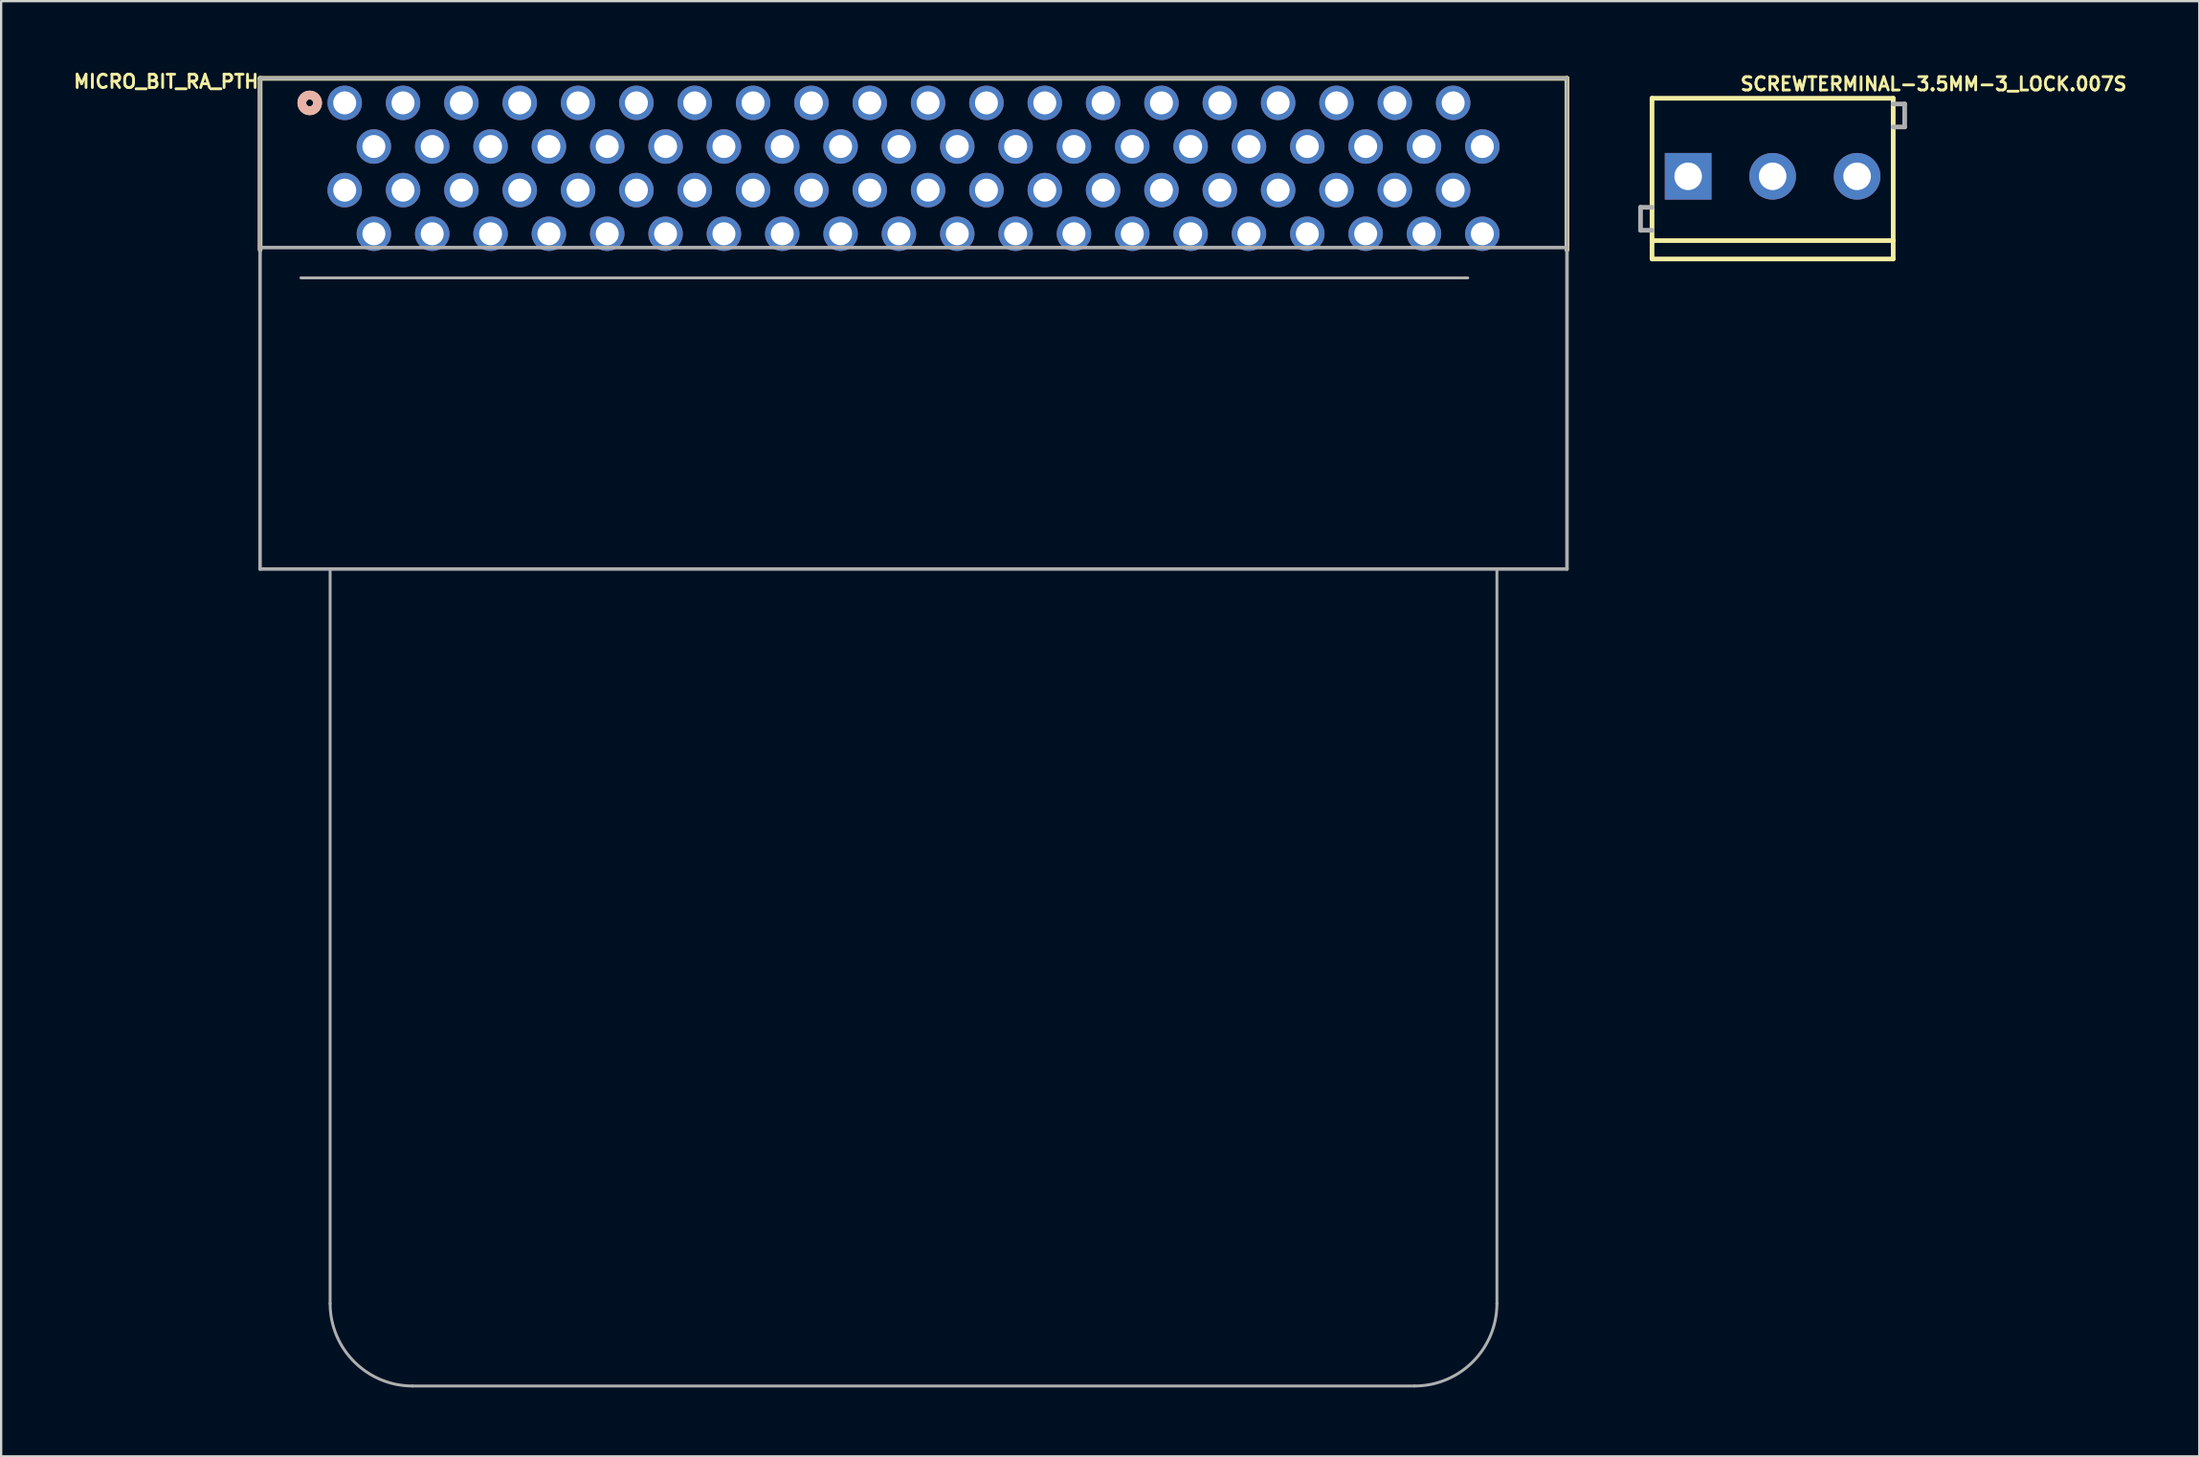
<source format=kicad_pcb>
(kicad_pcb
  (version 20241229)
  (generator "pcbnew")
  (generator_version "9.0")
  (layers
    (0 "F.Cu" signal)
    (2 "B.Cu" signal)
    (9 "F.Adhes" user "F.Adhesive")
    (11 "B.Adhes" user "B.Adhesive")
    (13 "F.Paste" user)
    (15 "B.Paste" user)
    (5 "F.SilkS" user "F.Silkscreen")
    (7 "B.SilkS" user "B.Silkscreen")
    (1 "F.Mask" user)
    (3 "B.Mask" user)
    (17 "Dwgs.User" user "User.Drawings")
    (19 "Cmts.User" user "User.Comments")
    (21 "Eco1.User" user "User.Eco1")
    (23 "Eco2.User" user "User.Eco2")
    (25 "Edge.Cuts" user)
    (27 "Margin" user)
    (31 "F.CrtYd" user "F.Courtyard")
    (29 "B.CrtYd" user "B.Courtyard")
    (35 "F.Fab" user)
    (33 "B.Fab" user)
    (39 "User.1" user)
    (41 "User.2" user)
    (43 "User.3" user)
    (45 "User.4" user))
  (footprint "MICRO_BIT_RA_PTH"
    (layer "F.Cu")
    (at 36.723 9.051)
    (property "Reference" "MICRO_BIT_RA_PTH" (at -28.448 -8.89 0) (layer "F.SilkS") (effects (font (size 0.579 0.579) (thickness 0.122)) (justify right top)))
    (attr through_hole)
    (fp_line (start -28.45 -8.69) (end -28.45 -1.22) (stroke (width 0.203) (type solid)) (layer "F.SilkS"))
    (fp_line (start -28.45 -8.69) (end 28.45 -8.69) (stroke (width 0.203) (type solid)) (layer "F.SilkS"))
    (fp_line (start 28.45 -8.69) (end 28.45 -1.22) (stroke (width 0.203) (type solid)) (layer "F.SilkS"))
    (fp_circle (center -26.289 -7.62) (end -26.137 -7.62) (stroke (width 0.381) (type solid)) (fill no) (layer "F.SilkS"))
    (fp_circle (center -26.289 -7.62) (end -26.137 -7.62) (stroke (width 0.381) (type solid)) (fill no) (layer "B.SilkS"))
    (fp_line (start -28.45 -8.69) (end -28.45 -1.32) (stroke (width 0.152) (type solid)) (layer "F.Fab"))
    (fp_line (start -28.45 -8.69) (end 28.45 -8.69) (stroke (width 0.152) (type solid)) (layer "F.Fab"))
    (fp_line (start -28.45 -1.32) (end -28.45 12.68) (stroke (width 0.152) (type solid)) (layer "F.Fab"))
    (fp_line (start -28.45 -1.32) (end 28.45 -1.32) (stroke (width 0.152) (type solid)) (layer "F.Fab"))
    (fp_line (start -28.45 12.68) (end 28.45 12.68) (stroke (width 0.152) (type solid)) (layer "F.Fab"))
    (fp_line (start -26.67 0) (end 24.13 0) (stroke (width 0.127) (type solid)) (layer "F.Fab"))
    (fp_line (start -25.4 12.7) (end -25.4 44.668) (stroke (width 0.127) (type solid)) (layer "F.Fab"))
    (fp_line (start -21.808 48.26) (end 21.808 48.26) (stroke (width 0.127) (type solid)) (layer "F.Fab"))
    (fp_line (start 25.4 44.668) (end 25.4 12.7) (stroke (width 0.127) (type solid)) (layer "F.Fab"))
    (fp_line (start 28.45 -8.69) (end 28.45 -1.32) (stroke (width 0.152) (type solid)) (layer "F.Fab"))
    (fp_line (start 28.45 -1.32) (end 28.45 12.68) (stroke (width 0.152) (type solid)) (layer "F.Fab"))
    (fp_arc (start -21.8079 48.26) (mid -24.347898 47.207898) (end -25.4 44.6679) (stroke (width 0.127) (type solid)) (layer "F.Fab"))
    (fp_arc (start 25.4 44.6679) (mid 24.347898 47.207898) (end 21.8079 48.26) (stroke (width 0.127) (type solid)) (layer "F.Fab"))
    (pad "A1" thru_hole circle (at -24.765 -7.62) (size 1.5 1.5) (drill 1) (layers "*.Cu" "*.Mask"))
    (pad "A2" thru_hole circle (at -23.495 -5.72) (size 1.5 1.5) (drill 1) (layers "*.Cu" "*.Mask"))
    (pad "A3" thru_hole circle (at -22.225 -7.62) (size 1.5 1.5) (drill 1) (layers "*.Cu" "*.Mask"))
    (pad "A4" thru_hole circle (at -20.955 -5.72) (size 1.5 1.5) (drill 1) (layers "*.Cu" "*.Mask"))
    (pad "A5" thru_hole circle (at -19.685 -7.62) (size 1.5 1.5) (drill 1) (layers "*.Cu" "*.Mask"))
    (pad "A6" thru_hole circle (at -18.415 -5.72) (size 1.5 1.5) (drill 1) (layers "*.Cu" "*.Mask"))
    (pad "A7" thru_hole circle (at -17.145 -7.62) (size 1.5 1.5) (drill 1) (layers "*.Cu" "*.Mask"))
    (pad "A8" thru_hole circle (at -15.875 -5.72) (size 1.5 1.5) (drill 1) (layers "*.Cu" "*.Mask"))
    (pad "A9" thru_hole circle (at -14.605 -7.62) (size 1.5 1.5) (drill 1) (layers "*.Cu" "*.Mask"))
    (pad "A10" thru_hole circle (at -13.335 -5.72) (size 1.5 1.5) (drill 1) (layers "*.Cu" "*.Mask"))
    (pad "A11" thru_hole circle (at -12.065 -7.62) (size 1.5 1.5) (drill 1) (layers "*.Cu" "*.Mask"))
    (pad "A12" thru_hole circle (at -10.795 -5.72) (size 1.5 1.5) (drill 1) (layers "*.Cu" "*.Mask"))
    (pad "A13" thru_hole circle (at -9.525 -7.62) (size 1.5 1.5) (drill 1) (layers "*.Cu" "*.Mask"))
    (pad "A14" thru_hole circle (at -8.255 -5.72) (size 1.5 1.5) (drill 1) (layers "*.Cu" "*.Mask"))
    (pad "A15" thru_hole circle (at -6.985 -7.62) (size 1.5 1.5) (drill 1) (layers "*.Cu" "*.Mask"))
    (pad "A16" thru_hole circle (at -5.715 -5.72) (size 1.5 1.5) (drill 1) (layers "*.Cu" "*.Mask"))
    (pad "A17" thru_hole circle (at -4.445 -7.62) (size 1.5 1.5) (drill 1) (layers "*.Cu" "*.Mask"))
    (pad "A18" thru_hole circle (at -3.175 -5.72) (size 1.5 1.5) (drill 1) (layers "*.Cu" "*.Mask"))
    (pad "A19" thru_hole circle (at -1.905 -7.62) (size 1.5 1.5) (drill 1) (layers "*.Cu" "*.Mask"))
    (pad "A20" thru_hole circle (at -0.635 -5.72) (size 1.5 1.5) (drill 1) (layers "*.Cu" "*.Mask"))
    (pad "A21" thru_hole circle (at 0.635 -7.62) (size 1.5 1.5) (drill 1) (layers "*.Cu" "*.Mask"))
    (pad "A22" thru_hole circle (at 1.905 -5.72) (size 1.5 1.5) (drill 1) (layers "*.Cu" "*.Mask"))
    (pad "A23" thru_hole circle (at 3.175 -7.62) (size 1.5 1.5) (drill 1) (layers "*.Cu" "*.Mask"))
    (pad "A24" thru_hole circle (at 4.445 -5.72) (size 1.5 1.5) (drill 1) (layers "*.Cu" "*.Mask"))
    (pad "A25" thru_hole circle (at 5.715 -7.62) (size 1.5 1.5) (drill 1) (layers "*.Cu" "*.Mask"))
    (pad "A26" thru_hole circle (at 6.985 -5.72) (size 1.5 1.5) (drill 1) (layers "*.Cu" "*.Mask"))
    (pad "A27" thru_hole circle (at 8.255 -7.62) (size 1.5 1.5) (drill 1) (layers "*.Cu" "*.Mask"))
    (pad "A28" thru_hole circle (at 9.525 -5.72) (size 1.5 1.5) (drill 1) (layers "*.Cu" "*.Mask"))
    (pad "A29" thru_hole circle (at 10.795 -7.62) (size 1.5 1.5) (drill 1) (layers "*.Cu" "*.Mask"))
    (pad "A30" thru_hole circle (at 12.065 -5.72) (size 1.5 1.5) (drill 1) (layers "*.Cu" "*.Mask"))
    (pad "A31" thru_hole circle (at 13.335 -7.62) (size 1.5 1.5) (drill 1) (layers "*.Cu" "*.Mask"))
    (pad "A32" thru_hole circle (at 14.605 -5.72) (size 1.5 1.5) (drill 1) (layers "*.Cu" "*.Mask"))
    (pad "A33" thru_hole circle (at 15.875 -7.62) (size 1.5 1.5) (drill 1) (layers "*.Cu" "*.Mask"))
    (pad "A34" thru_hole circle (at 17.145 -5.72) (size 1.5 1.5) (drill 1) (layers "*.Cu" "*.Mask"))
    (pad "A35" thru_hole circle (at 18.415 -7.62) (size 1.5 1.5) (drill 1) (layers "*.Cu" "*.Mask"))
    (pad "A36" thru_hole circle (at 19.685 -5.72) (size 1.5 1.5) (drill 1) (layers "*.Cu" "*.Mask"))
    (pad "A37" thru_hole circle (at 20.955 -7.62) (size 1.5 1.5) (drill 1) (layers "*.Cu" "*.Mask"))
    (pad "A38" thru_hole circle (at 22.225 -5.72) (size 1.5 1.5) (drill 1) (layers "*.Cu" "*.Mask"))
    (pad "A39" thru_hole circle (at 23.495 -7.62) (size 1.5 1.5) (drill 1) (layers "*.Cu" "*.Mask"))
    (pad "A40" thru_hole circle (at 24.765 -5.72) (size 1.5 1.5) (drill 1) (layers "*.Cu" "*.Mask"))
    (pad "B1" thru_hole circle (at -24.765 -3.82) (size 1.5 1.5) (drill 1) (layers "*.Cu" "*.Mask"))
    (pad "B2" thru_hole circle (at -23.495 -1.92) (size 1.5 1.5) (drill 1) (layers "*.Cu" "*.Mask"))
    (pad "B3" thru_hole circle (at -22.225 -3.82) (size 1.5 1.5) (drill 1) (layers "*.Cu" "*.Mask"))
    (pad "B4" thru_hole circle (at -20.955 -1.92) (size 1.5 1.5) (drill 1) (layers "*.Cu" "*.Mask"))
    (pad "B5" thru_hole circle (at -19.685 -3.82) (size 1.5 1.5) (drill 1) (layers "*.Cu" "*.Mask"))
    (pad "B6" thru_hole circle (at -18.415 -1.92) (size 1.5 1.5) (drill 1) (layers "*.Cu" "*.Mask"))
    (pad "B7" thru_hole circle (at -17.145 -3.82) (size 1.5 1.5) (drill 1) (layers "*.Cu" "*.Mask"))
    (pad "B8" thru_hole circle (at -15.875 -1.92) (size 1.5 1.5) (drill 1) (layers "*.Cu" "*.Mask"))
    (pad "B9" thru_hole circle (at -14.605 -3.82) (size 1.5 1.5) (drill 1) (layers "*.Cu" "*.Mask"))
    (pad "B10" thru_hole circle (at -13.335 -1.92) (size 1.5 1.5) (drill 1) (layers "*.Cu" "*.Mask"))
    (pad "B11" thru_hole circle (at -12.065 -3.82) (size 1.5 1.5) (drill 1) (layers "*.Cu" "*.Mask"))
    (pad "B12" thru_hole circle (at -10.795 -1.92) (size 1.5 1.5) (drill 1) (layers "*.Cu" "*.Mask"))
    (pad "B13" thru_hole circle (at -9.525 -3.82) (size 1.5 1.5) (drill 1) (layers "*.Cu" "*.Mask"))
    (pad "B14" thru_hole circle (at -8.255 -1.92) (size 1.5 1.5) (drill 1) (layers "*.Cu" "*.Mask"))
    (pad "B15" thru_hole circle (at -6.985 -3.82) (size 1.5 1.5) (drill 1) (layers "*.Cu" "*.Mask"))
    (pad "B16" thru_hole circle (at -5.715 -1.92) (size 1.5 1.5) (drill 1) (layers "*.Cu" "*.Mask"))
    (pad "B17" thru_hole circle (at -4.445 -3.82) (size 1.5 1.5) (drill 1) (layers "*.Cu" "*.Mask"))
    (pad "B18" thru_hole circle (at -3.175 -1.92) (size 1.5 1.5) (drill 1) (layers "*.Cu" "*.Mask"))
    (pad "B19" thru_hole circle (at -1.905 -3.82) (size 1.5 1.5) (drill 1) (layers "*.Cu" "*.Mask"))
    (pad "B20" thru_hole circle (at -0.635 -1.92) (size 1.5 1.5) (drill 1) (layers "*.Cu" "*.Mask"))
    (pad "B21" thru_hole circle (at 0.635 -3.82) (size 1.5 1.5) (drill 1) (layers "*.Cu" "*.Mask"))
    (pad "B22" thru_hole circle (at 1.905 -1.92) (size 1.5 1.5) (drill 1) (layers "*.Cu" "*.Mask"))
    (pad "B23" thru_hole circle (at 3.175 -3.82) (size 1.5 1.5) (drill 1) (layers "*.Cu" "*.Mask"))
    (pad "B24" thru_hole circle (at 4.445 -1.92) (size 1.5 1.5) (drill 1) (layers "*.Cu" "*.Mask"))
    (pad "B25" thru_hole circle (at 5.715 -3.82) (size 1.5 1.5) (drill 1) (layers "*.Cu" "*.Mask"))
    (pad "B26" thru_hole circle (at 6.985 -1.92) (size 1.5 1.5) (drill 1) (layers "*.Cu" "*.Mask"))
    (pad "B27" thru_hole circle (at 8.255 -3.82) (size 1.5 1.5) (drill 1) (layers "*.Cu" "*.Mask"))
    (pad "B28" thru_hole circle (at 9.525 -1.92) (size 1.5 1.5) (drill 1) (layers "*.Cu" "*.Mask"))
    (pad "B29" thru_hole circle (at 10.795 -3.82) (size 1.5 1.5) (drill 1) (layers "*.Cu" "*.Mask"))
    (pad "B30" thru_hole circle (at 12.065 -1.92) (size 1.5 1.5) (drill 1) (layers "*.Cu" "*.Mask"))
    (pad "B31" thru_hole circle (at 13.335 -3.82) (size 1.5 1.5) (drill 1) (layers "*.Cu" "*.Mask"))
    (pad "B32" thru_hole circle (at 14.605 -1.92) (size 1.5 1.5) (drill 1) (layers "*.Cu" "*.Mask"))
    (pad "B33" thru_hole circle (at 15.875 -3.82) (size 1.5 1.5) (drill 1) (layers "*.Cu" "*.Mask"))
    (pad "B34" thru_hole circle (at 17.145 -1.92) (size 1.5 1.5) (drill 1) (layers "*.Cu" "*.Mask"))
    (pad "B35" thru_hole circle (at 18.415 -3.82) (size 1.5 1.5) (drill 1) (layers "*.Cu" "*.Mask"))
    (pad "B36" thru_hole circle (at 19.685 -1.92) (size 1.5 1.5) (drill 1) (layers "*.Cu" "*.Mask"))
    (pad "B37" thru_hole circle (at 20.955 -3.82) (size 1.5 1.5) (drill 1) (layers "*.Cu" "*.Mask"))
    (pad "B38" thru_hole circle (at 22.225 -1.92) (size 1.5 1.5) (drill 1) (layers "*.Cu" "*.Mask"))
    (pad "B39" thru_hole circle (at 23.495 -3.82) (size 1.5 1.5) (drill 1) (layers "*.Cu" "*.Mask"))
    (pad "B40" thru_hole circle (at 24.765 -1.92) (size 1.5 1.5) (drill 1) (layers "*.Cu" "*.Mask")))
  (footprint "SCREWTERMINAL-3.5MM-3_LOCK.007S"
    (layer "F.Cu")
    (at 70.626 4.628)
    (property "Reference" "SCREWTERMINAL-3.5MM-3_LOCK.007S" (at 2.032 -3.683 0) (layer "F.SilkS") (effects (font (size 0.579 0.579) (thickness 0.122)) (justify left bottom)))
    (attr through_hole)
    (fp_line (start -1.75 -3.4) (end 8.75 -3.4) (stroke (width 0.203) (type solid)) (layer "F.SilkS"))
    (fp_line (start -1.75 2.8) (end -1.75 -3.4) (stroke (width 0.203) (type solid)) (layer "F.SilkS"))
    (fp_line (start -1.75 3.6) (end -1.75 2.8) (stroke (width 0.203) (type solid)) (layer "F.SilkS"))
    (fp_line (start 8.75 -3.4) (end 8.75 2.8) (stroke (width 0.203) (type solid)) (layer "F.SilkS"))
    (fp_line (start 8.75 2.8) (end -1.75 2.8) (stroke (width 0.203) (type solid)) (layer "F.SilkS"))
    (fp_line (start 8.75 2.8) (end 8.75 3.6) (stroke (width 0.203) (type solid)) (layer "F.SilkS"))
    (fp_line (start 8.75 3.6) (end -1.75 3.6) (stroke (width 0.203) (type solid)) (layer "F.SilkS"))
    (fp_line (start -2.25 1.35) (end -2.25 2.35) (stroke (width 0.203) (type solid)) (layer "F.Fab"))
    (fp_line (start -2.25 2.35) (end -1.75 2.35) (stroke (width 0.203) (type solid)) (layer "F.Fab"))
    (fp_line (start -1.75 1.35) (end -2.25 1.35) (stroke (width 0.203) (type solid)) (layer "F.Fab"))
    (fp_line (start 8.75 -3.15) (end 9.25 -3.15) (stroke (width 0.203) (type solid)) (layer "F.Fab"))
    (fp_line (start 9.25 -3.15) (end 9.25 -2.15) (stroke (width 0.203) (type solid)) (layer "F.Fab"))
    (fp_line (start 9.25 -2.15) (end 8.75 -2.15) (stroke (width 0.203) (type solid)) (layer "F.Fab"))
    (fp_circle (center 0 0) (end 0.425 0) (stroke (width 0.001) (type solid)) (fill no) (layer "F.Fab"))
    (fp_circle (center 3.5 0) (end 3.925 0) (stroke (width 0.001) (type solid)) (fill no) (layer "F.Fab"))
    (fp_circle (center 7 0) (end 7.425 0) (stroke (width 0.001) (type solid)) (fill no) (layer "F.Fab"))
    (pad "1" thru_hole rect (at -0.178 0) (size 2.032 2.032) (drill 1.2) (layers "*.Cu" "*.Mask"))
    (pad "2" thru_hole circle (at 3.5 0) (size 2.032 2.032) (drill 1.2) (layers "*.Cu" "*.Mask"))
    (pad "3" thru_hole circle (at 7.178 0) (size 2.032 2.032) (drill 1.2) (layers "*.Cu" "*.Mask")))
  (gr_rect
    (start -3 -3)
    (end 92.702 60.374)
    (stroke (width 0.1) (type default))
    (fill no)
    (layer "Edge.Cuts")))
</source>
